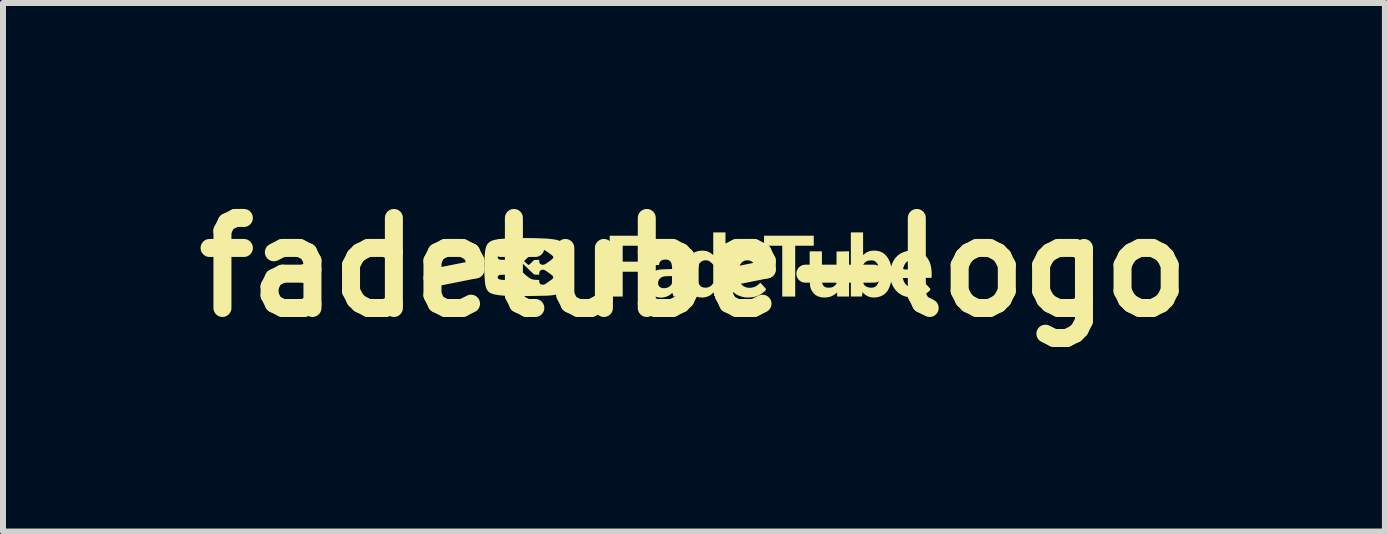
<source format=kicad_pcb>
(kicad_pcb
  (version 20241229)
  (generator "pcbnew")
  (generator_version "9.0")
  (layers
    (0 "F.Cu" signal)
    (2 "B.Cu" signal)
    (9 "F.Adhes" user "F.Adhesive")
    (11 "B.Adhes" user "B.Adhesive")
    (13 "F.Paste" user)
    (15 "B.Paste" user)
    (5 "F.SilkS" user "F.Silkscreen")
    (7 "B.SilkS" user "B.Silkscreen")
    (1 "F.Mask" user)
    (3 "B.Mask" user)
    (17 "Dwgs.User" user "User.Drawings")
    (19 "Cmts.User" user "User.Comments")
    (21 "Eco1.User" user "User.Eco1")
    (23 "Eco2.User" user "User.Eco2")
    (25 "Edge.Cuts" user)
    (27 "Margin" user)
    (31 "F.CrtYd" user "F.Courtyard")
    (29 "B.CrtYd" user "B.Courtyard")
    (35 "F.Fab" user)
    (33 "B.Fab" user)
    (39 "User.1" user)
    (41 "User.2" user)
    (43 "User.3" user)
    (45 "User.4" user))
  (footprint "fadetube-logo"
    (layer "F.Cu")
    (at 8.514 1.404)
    (property "Reference" "fadetube-logo" (at 0 0 0) (layer "F.SilkS") (effects (font (size 1.5 1.5) (thickness 0.3))))
    (attr board_only exclude_from_pos_files exclude_from_bom)
    (fp_poly (pts (xy 1.997 -0.442) (xy 1.997 -0.359) (xy 1.843 -0.359) (xy 1.688 -0.359) (xy 1.688 0.065) (xy 1.688 0.488) (xy 1.58 0.488) (xy 1.472 0.488) (xy 1.472 0.065) (xy 1.472 -0.359) (xy 1.32 -0.359) (xy 1.169 -0.359) (xy 1.169 -0.442) (xy 1.169 -0.526) (xy 1.583 -0.526) (xy 1.997 -0.526)) (stroke (width 0) (type solid)) (fill yes) (layer "F.SilkS"))
    (fp_poly (pts (xy 2.585 0.111) (xy 2.585 0.488) (xy 2.486 0.488) (xy 2.387 0.488) (xy 2.387 0.454) (xy 2.387 0.42) (xy 2.351 0.448) (xy 2.327 0.465) (xy 2.3 0.479) (xy 2.28 0.488) (xy 2.239 0.498) (xy 2.193 0.503) (xy 2.148 0.503) (xy 2.121 0.5) (xy 2.069 0.486) (xy 2.025 0.462) (xy 1.989 0.429) (xy 1.963 0.389) (xy 1.955 0.374) (xy 1.949 0.359) (xy 1.944 0.344) (xy 1.939 0.328) (xy 1.936 0.308) (xy 1.934 0.285) (xy 1.932 0.256) (xy 1.93 0.221) (xy 1.93 0.178) (xy 1.929 0.126) (xy 1.929 0.064) (xy 1.929 0.011) (xy 1.929 -0.266) (xy 2.031 -0.266) (xy 2.133 -0.266) (xy 2.133 -0.001) (xy 2.133 0.063) (xy 2.133 0.116) (xy 2.133 0.159) (xy 2.134 0.193) (xy 2.134 0.22) (xy 2.135 0.24) (xy 2.137 0.255) (xy 2.138 0.267) (xy 2.14 0.275) (xy 2.143 0.282) (xy 2.146 0.289) (xy 2.147 0.291) (xy 2.164 0.315) (xy 2.187 0.331) (xy 2.218 0.339) (xy 2.241 0.34) (xy 2.28 0.338) (xy 2.311 0.33) (xy 2.336 0.315) (xy 2.35 0.303) (xy 2.374 0.278) (xy 2.376 0.008) (xy 2.377 -0.263) (xy 2.481 -0.264) (xy 2.585 -0.266)) (stroke (width 0) (type solid)) (fill yes) (layer "F.SilkS"))
    (fp_poly (pts (xy 0.526 -0.046) (xy 0.526 0.488) (xy 0.434 0.488) (xy 0.396 0.488) (xy 0.37 0.488) (xy 0.352 0.485) (xy 0.342 0.481) (xy 0.336 0.473) (xy 0.334 0.461) (xy 0.334 0.444) (xy 0.334 0.441) (xy 0.333 0.427) (xy 0.33 0.421) (xy 0.33 0.42) (xy 0.324 0.424) (xy 0.312 0.434) (xy 0.296 0.448) (xy 0.256 0.476) (xy 0.21 0.494) (xy 0.159 0.504) (xy 0.106 0.503) (xy 0.076 0.498) (xy 0.022 0.48) (xy -0.025 0.451) (xy -0.065 0.412) (xy -0.099 0.363) (xy -0.126 0.303) (xy -0.138 0.268) (xy -0.143 0.248) (xy -0.147 0.229) (xy -0.149 0.209) (xy -0.151 0.184) (xy -0.151 0.152) (xy -0.151 0.128) (xy 0.052 0.128) (xy 0.054 0.167) (xy 0.056 0.202) (xy 0.061 0.229) (xy 0.064 0.241) (xy 0.083 0.281) (xy 0.106 0.311) (xy 0.128 0.327) (xy 0.157 0.337) (xy 0.192 0.34) (xy 0.227 0.337) (xy 0.258 0.327) (xy 0.258 0.327) (xy 0.279 0.313) (xy 0.299 0.295) (xy 0.304 0.289) (xy 0.322 0.264) (xy 0.322 0.11) (xy 0.322 -0.043) (xy 0.292 -0.074) (xy 0.265 -0.097) (xy 0.24 -0.11) (xy 0.238 -0.111) (xy 0.195 -0.117) (xy 0.157 -0.112) (xy 0.123 -0.096) (xy 0.095 -0.069) (xy 0.073 -0.032) (xy 0.063 -0.007) (xy 0.058 0.018) (xy 0.055 0.05) (xy 0.053 0.088) (xy 0.052 0.128) (xy -0.151 0.128) (xy -0.151 0.111) (xy -0.15 0.055) (xy -0.147 0.008) (xy -0.141 -0.032) (xy -0.131 -0.068) (xy -0.118 -0.102) (xy -0.104 -0.13) (xy -0.071 -0.181) (xy -0.032 -0.221) (xy 0.014 -0.251) (xy 0.066 -0.269) (xy 0.123 -0.277) (xy 0.156 -0.277) (xy 0.204 -0.27) (xy 0.245 -0.257) (xy 0.282 -0.235) (xy 0.295 -0.225) (xy 0.322 -0.203) (xy 0.322 -0.392) (xy 0.322 -0.581) (xy 0.424 -0.581) (xy 0.526 -0.581)) (stroke (width 0) (type solid)) (fill yes) (layer "F.SilkS"))
    (fp_poly (pts (xy 0.953 -0.273) (xy 1.014 -0.259) (xy 1.067 -0.235) (xy 1.113 -0.2) (xy 1.151 -0.156) (xy 1.182 -0.103) (xy 1.196 -0.069) (xy 1.208 -0.027) (xy 1.217 0.022) (xy 1.222 0.074) (xy 1.223 0.124) (xy 1.223 0.133) (xy 1.221 0.176) (xy 0.981 0.178) (xy 0.742 0.179) (xy 0.746 0.196) (xy 0.762 0.243) (xy 0.788 0.282) (xy 0.821 0.312) (xy 0.86 0.332) (xy 0.906 0.342) (xy 0.956 0.341) (xy 0.963 0.34) (xy 1.007 0.329) (xy 1.044 0.311) (xy 1.08 0.283) (xy 1.08 0.283) (xy 1.107 0.258) (xy 1.152 0.306) (xy 1.171 0.327) (xy 1.186 0.344) (xy 1.197 0.357) (xy 1.201 0.362) (xy 1.2 0.372) (xy 1.191 0.387) (xy 1.173 0.405) (xy 1.15 0.424) (xy 1.123 0.443) (xy 1.093 0.46) (xy 1.063 0.475) (xy 1.039 0.485) (xy 0.993 0.496) (xy 0.942 0.503) (xy 0.89 0.504) (xy 0.844 0.501) (xy 0.777 0.484) (xy 0.716 0.458) (xy 0.663 0.422) (xy 0.618 0.378) (xy 0.582 0.324) (xy 0.555 0.263) (xy 0.546 0.235) (xy 0.54 0.2) (xy 0.537 0.158) (xy 0.536 0.111) (xy 0.538 0.064) (xy 0.543 0.022) (xy 0.748 0.022) (xy 0.752 0.029) (xy 0.762 0.034) (xy 0.779 0.036) (xy 0.805 0.037) (xy 0.841 0.037) (xy 0.885 0.037) (xy 1.022 0.037) (xy 1.018 0.003) (xy 1.009 -0.039) (xy 0.991 -0.072) (xy 0.964 -0.096) (xy 0.929 -0.111) (xy 0.9 -0.116) (xy 0.859 -0.114) (xy 0.825 -0.102) (xy 0.796 -0.08) (xy 0.773 -0.047) (xy 0.76 -0.019) (xy 0.753 -0.001) (xy 0.749 0.012) (xy 0.748 0.022) (xy 0.543 0.022) (xy 0.543 0.02) (xy 0.549 -0.013) (xy 0.572 -0.078) (xy 0.604 -0.135) (xy 0.644 -0.183) (xy 0.691 -0.222) (xy 0.745 -0.251) (xy 0.805 -0.27) (xy 0.871 -0.278) (xy 0.885 -0.278)) (stroke (width 0) (type solid)) (fill yes) (layer "F.SilkS"))
    (fp_poly (pts (xy -0.736 -0.442) (xy -0.736 -0.359) (xy -0.961 -0.359) (xy -1.187 -0.359) (xy -1.187 -0.226) (xy -1.187 -0.093) (xy -0.987 -0.093) (xy -0.929 -0.093) (xy -0.882 -0.092) (xy -0.846 -0.092) (xy -0.819 -0.091) (xy -0.8 -0.089) (xy -0.789 -0.088) (xy -0.784 -0.086) (xy -0.783 -0.085) (xy -0.78 -0.083) (xy -0.78 -0.088) (xy -0.775 -0.106) (xy -0.764 -0.128) (xy -0.749 -0.153) (xy -0.732 -0.176) (xy -0.721 -0.188) (xy -0.678 -0.221) (xy -0.628 -0.247) (xy -0.572 -0.265) (xy -0.513 -0.276) (xy -0.451 -0.278) (xy -0.391 -0.273) (xy -0.334 -0.259) (xy -0.292 -0.242) (xy -0.256 -0.218) (xy -0.222 -0.186) (xy -0.194 -0.149) (xy -0.178 -0.119) (xy -0.175 -0.11) (xy -0.172 -0.1) (xy -0.17 -0.09) (xy -0.168 -0.076) (xy -0.166 -0.059) (xy -0.165 -0.037) (xy -0.164 -0.008) (xy -0.163 0.029) (xy -0.162 0.075) (xy -0.161 0.131) (xy -0.161 0.161) (xy -0.16 0.223) (xy -0.159 0.273) (xy -0.158 0.314) (xy -0.157 0.347) (xy -0.156 0.373) (xy -0.154 0.393) (xy -0.152 0.408) (xy -0.15 0.42) (xy -0.148 0.431) (xy -0.144 0.441) (xy -0.143 0.443) (xy -0.136 0.464) (xy -0.132 0.479) (xy -0.13 0.485) (xy -0.136 0.486) (xy -0.152 0.487) (xy -0.176 0.488) (xy -0.207 0.488) (xy -0.234 0.488) (xy -0.339 0.488) (xy -0.346 0.465) (xy -0.352 0.448) (xy -0.356 0.435) (xy -0.356 0.433) (xy -0.361 0.43) (xy -0.37 0.435) (xy -0.379 0.444) (xy -0.41 0.467) (xy -0.449 0.486) (xy -0.49 0.499) (xy -0.498 0.5) (xy -0.528 0.505) (xy -0.553 0.506) (xy -0.58 0.504) (xy -0.611 0.498) (xy -0.666 0.48) (xy -0.712 0.455) (xy -0.749 0.421) (xy -0.778 0.378) (xy -0.78 0.372) (xy -0.79 0.352) (xy -0.796 0.334) (xy -0.799 0.317) (xy -0.8 0.294) (xy -0.801 0.272) (xy -0.801 0.269) (xy -0.598 0.269) (xy -0.592 0.298) (xy -0.579 0.319) (xy -0.556 0.337) (xy -0.525 0.347) (xy -0.49 0.349) (xy -0.454 0.343) (xy -0.428 0.333) (xy -0.407 0.32) (xy -0.387 0.302) (xy -0.383 0.298) (xy -0.375 0.287) (xy -0.37 0.277) (xy -0.367 0.265) (xy -0.365 0.248) (xy -0.365 0.223) (xy -0.365 0.212) (xy -0.365 0.148) (xy -0.428 0.148) (xy -0.469 0.149) (xy -0.5 0.153) (xy -0.524 0.159) (xy -0.544 0.169) (xy -0.562 0.183) (xy -0.583 0.208) (xy -0.595 0.238) (xy -0.598 0.269) (xy -0.801 0.269) (xy -0.8 0.242) (xy -0.798 0.22) (xy -0.794 0.202) (xy -0.787 0.183) (xy -0.784 0.178) (xy -0.757 0.135) (xy -0.72 0.099) (xy -0.673 0.07) (xy -0.616 0.048) (xy -0.608 0.046) (xy -0.581 0.04) (xy -0.541 0.036) (xy -0.491 0.033) (xy -0.468 0.033) (xy -0.363 0.029) (xy -0.366 -0.015) (xy -0.372 -0.056) (xy -0.385 -0.088) (xy -0.406 -0.11) (xy -0.434 -0.124) (xy -0.464 -0.129) (xy -0.503 -0.127) (xy -0.536 -0.117) (xy -0.56 -0.098) (xy -0.575 -0.072) (xy -0.579 -0.059) (xy -0.583 -0.037) (xy -0.684 -0.037) (xy -0.785 -0.037) (xy -0.785 0.019) (xy -0.785 0.074) (xy -0.986 0.074) (xy -1.187 0.074) (xy -1.187 0.281) (xy -1.187 0.488) (xy -1.295 0.488) (xy -1.404 0.488) (xy -1.404 -0.019) (xy -1.404 -0.526) (xy -1.07 -0.526) (xy -0.736 -0.526)) (stroke (width 0) (type solid)) (fill yes) (layer "F.SilkS"))
    (fp_poly (pts (xy 2.819 -0.392) (xy 2.819 -0.203) (xy 2.842 -0.223) (xy 2.861 -0.237) (xy 2.885 -0.252) (xy 2.9 -0.259) (xy 2.941 -0.272) (xy 2.989 -0.278) (xy 3.039 -0.276) (xy 3.088 -0.267) (xy 3.132 -0.25) (xy 3.144 -0.244) (xy 3.181 -0.216) (xy 3.215 -0.179) (xy 3.244 -0.135) (xy 3.267 -0.087) (xy 3.279 -0.046) (xy 3.287 -0.011) (xy 3.295 -0.038) (xy 3.319 -0.097) (xy 3.352 -0.149) (xy 3.394 -0.194) (xy 3.444 -0.23) (xy 3.5 -0.256) (xy 3.561 -0.273) (xy 3.624 -0.278) (xy 3.692 -0.273) (xy 3.753 -0.259) (xy 3.806 -0.235) (xy 3.852 -0.2) (xy 3.89 -0.156) (xy 3.921 -0.103) (xy 3.935 -0.069) (xy 3.947 -0.027) (xy 3.956 0.022) (xy 3.961 0.074) (xy 3.963 0.124) (xy 3.962 0.133) (xy 3.96 0.176) (xy 3.721 0.178) (xy 3.481 0.179) (xy 3.485 0.196) (xy 3.501 0.243) (xy 3.527 0.282) (xy 3.56 0.312) (xy 3.599 0.332) (xy 3.645 0.342) (xy 3.695 0.341) (xy 3.702 0.34) (xy 3.746 0.329) (xy 3.783 0.311) (xy 3.819 0.283) (xy 3.819 0.283) (xy 3.846 0.258) (xy 3.891 0.306) (xy 3.91 0.327) (xy 3.926 0.344) (xy 3.936 0.357) (xy 3.94 0.362) (xy 3.94 0.372) (xy 3.93 0.387) (xy 3.913 0.405) (xy 3.889 0.424) (xy 3.861 0.443) (xy 3.831 0.461) (xy 3.8 0.476) (xy 3.775 0.486) (xy 3.75 0.494) (xy 3.728 0.499) (xy 3.704 0.502) (xy 3.675 0.503) (xy 3.654 0.503) (xy 3.6 0.501) (xy 3.553 0.494) (xy 3.509 0.482) (xy 3.465 0.464) (xy 3.464 0.463) (xy 3.416 0.433) (xy 3.372 0.394) (xy 3.335 0.347) (xy 3.307 0.296) (xy 3.298 0.274) (xy 3.287 0.242) (xy 3.274 0.286) (xy 3.253 0.344) (xy 3.228 0.392) (xy 3.196 0.43) (xy 3.162 0.458) (xy 3.119 0.481) (xy 3.07 0.496) (xy 3.017 0.504) (xy 2.965 0.503) (xy 2.951 0.5) (xy 2.905 0.487) (xy 2.863 0.464) (xy 2.832 0.439) (xy 2.807 0.414) (xy 2.807 0.432) (xy 2.806 0.452) (xy 2.803 0.469) (xy 2.799 0.488) (xy 2.707 0.488) (xy 2.615 0.488) (xy 2.615 -0.04) (xy 2.819 -0.04) (xy 2.819 0.11) (xy 2.82 0.16) (xy 2.82 0.2) (xy 2.821 0.23) (xy 2.823 0.253) (xy 2.826 0.27) (xy 2.831 0.282) (xy 2.837 0.293) (xy 2.846 0.302) (xy 2.851 0.307) (xy 2.878 0.325) (xy 2.912 0.336) (xy 2.949 0.341) (xy 2.985 0.338) (xy 3.017 0.328) (xy 3.02 0.326) (xy 3.046 0.304) (xy 3.066 0.272) (xy 3.08 0.228) (xy 3.089 0.174) (xy 3.091 0.111) (xy 3.088 0.048) (xy 3.084 0.022) (xy 3.487 0.022) (xy 3.491 0.029) (xy 3.501 0.034) (xy 3.518 0.036) (xy 3.544 0.037) (xy 3.58 0.037) (xy 3.624 0.037) (xy 3.761 0.037) (xy 3.757 0.003) (xy 3.748 -0.039) (xy 3.73 -0.072) (xy 3.703 -0.096) (xy 3.668 -0.111) (xy 3.639 -0.116) (xy 3.598 -0.114) (xy 3.564 -0.102) (xy 3.535 -0.08) (xy 3.512 -0.047) (xy 3.499 -0.019) (xy 3.492 -0.001) (xy 3.488 0.012) (xy 3.487 0.022) (xy 3.084 0.022) (xy 3.079 -0.005) (xy 3.063 -0.048) (xy 3.041 -0.081) (xy 3.021 -0.097) (xy 3.007 -0.106) (xy 2.993 -0.112) (xy 2.975 -0.114) (xy 2.95 -0.114) (xy 2.908 -0.111) (xy 2.875 -0.099) (xy 2.848 -0.078) (xy 2.835 -0.062) (xy 2.819 -0.04) (xy 2.615 -0.04) (xy 2.615 -0.046) (xy 2.615 -0.581) (xy 2.717 -0.581) (xy 2.819 -0.581)) (stroke (width 0) (type solid)) (fill yes) (layer "F.SilkS"))
    (fp_poly (pts (xy -2.708 -0.486) (xy -2.628 -0.485) (xy -2.55 -0.482) (xy -2.477 -0.479) (xy -2.41 -0.474) (xy -2.363 -0.469) (xy -2.304 -0.46) (xy -2.256 -0.448) (xy -2.218 -0.43) (xy -2.189 -0.408) (xy -2.168 -0.38) (xy -2.162 -0.37) (xy -2.153 -0.35) (xy -2.145 -0.329) (xy -2.139 -0.308) (xy -2.134 -0.283) (xy -2.13 -0.255) (xy -2.128 -0.221) (xy -2.126 -0.18) (xy -2.125 -0.131) (xy -2.124 -0.072) (xy -2.124 -0.002) (xy -2.124 0) (xy -2.124 0.062) (xy -2.124 0.112) (xy -2.125 0.154) (xy -2.125 0.187) (xy -2.127 0.214) (xy -2.128 0.235) (xy -2.13 0.253) (xy -2.132 0.269) (xy -2.135 0.284) (xy -2.135 0.284) (xy -2.147 0.329) (xy -2.161 0.365) (xy -2.179 0.394) (xy -2.203 0.417) (xy -2.233 0.435) (xy -2.271 0.449) (xy -2.318 0.46) (xy -2.376 0.468) (xy -2.396 0.47) (xy -2.414 0.471) (xy -2.443 0.473) (xy -2.481 0.474) (xy -2.527 0.475) (xy -2.579 0.476) (xy -2.636 0.477) (xy -2.695 0.478) (xy -2.756 0.479) (xy -2.817 0.479) (xy -2.876 0.48) (xy -2.931 0.48) (xy -2.982 0.48) (xy -3.026 0.48) (xy -3.062 0.48) (xy -3.088 0.479) (xy -3.098 0.478) (xy -3.171 0.473) (xy -3.232 0.467) (xy -3.284 0.46) (xy -3.327 0.452) (xy -3.361 0.442) (xy -3.389 0.431) (xy -3.412 0.417) (xy -3.43 0.4) (xy -3.444 0.38) (xy -3.453 0.365) (xy -3.463 0.343) (xy -3.47 0.318) (xy -3.477 0.288) (xy -3.482 0.251) (xy -3.486 0.204) (xy -3.487 0.183) (xy -3.488 0.175) (xy -3.27 0.175) (xy -3.259 0.191) (xy -3.251 0.198) (xy -3.233 0.204) (xy -3.206 0.209) (xy -3.172 0.211) (xy -3.135 0.211) (xy -3.097 0.209) (xy -3.062 0.205) (xy -3.032 0.199) (xy -3.027 0.198) (xy -3.005 0.19) (xy -2.986 0.18) (xy -2.967 0.166) (xy -2.943 0.145) (xy -2.942 0.144) (xy -2.898 0.102) (xy -2.934 0.069) (xy -2.952 0.054) (xy -2.966 0.043) (xy -2.974 0.039) (xy -2.975 0.039) (xy -2.981 0.043) (xy -2.995 0.054) (xy -3.013 0.07) (xy -3.025 0.08) (xy -3.069 0.121) (xy -3.157 0.124) (xy -3.193 0.125) (xy -3.218 0.127) (xy -3.236 0.129) (xy -3.247 0.132) (xy -3.255 0.136) (xy -3.258 0.139) (xy -3.27 0.156) (xy -3.27 0.175) (xy -3.488 0.175) (xy -3.491 0.119) (xy -3.493 0.053) (xy -3.493 -0.015) (xy -3.492 -0.081) (xy -3.49 -0.144) (xy -3.488 -0.165) (xy -3.271 -0.165) (xy -3.264 -0.147) (xy -3.255 -0.136) (xy -3.246 -0.131) (xy -3.237 -0.127) (xy -3.223 -0.125) (xy -3.202 -0.124) (xy -3.172 -0.124) (xy -3.162 -0.124) (xy -3.131 -0.123) (xy -3.104 -0.122) (xy -3.083 -0.12) (xy -3.072 -0.118) (xy -3.064 -0.113) (xy -3.049 -0.099) (xy -3.026 -0.08) (xy -2.999 -0.055) (xy -2.968 -0.026) (xy -2.933 0.007) (xy -2.912 0.027) (xy -2.866 0.071) (xy -2.827 0.108) (xy -2.795 0.137) (xy -2.768 0.159) (xy -2.744 0.177) (xy -2.723 0.189) (xy -2.704 0.198) (xy -2.684 0.204) (xy -2.663 0.207) (xy -2.64 0.209) (xy -2.633 0.209) (xy -2.578 0.212) (xy -2.578 0.236) (xy -2.573 0.262) (xy -2.559 0.28) (xy -2.536 0.289) (xy -2.523 0.291) (xy -2.503 0.289) (xy -2.487 0.285) (xy -2.484 0.284) (xy -2.474 0.277) (xy -2.457 0.266) (xy -2.434 0.25) (xy -2.409 0.232) (xy -2.407 0.23) (xy -2.38 0.211) (xy -2.362 0.197) (xy -2.352 0.187) (xy -2.346 0.179) (xy -2.344 0.171) (xy -2.345 0.165) (xy -2.347 0.156) (xy -2.352 0.146) (xy -2.363 0.135) (xy -2.38 0.121) (xy -2.406 0.102) (xy -2.408 0.1) (xy -2.442 0.076) (xy -2.468 0.058) (xy -2.488 0.047) (xy -2.505 0.041) (xy -2.519 0.04) (xy -2.532 0.042) (xy -2.536 0.043) (xy -2.56 0.055) (xy -2.574 0.074) (xy -2.578 0.101) (xy -2.578 0.125) (xy -2.621 0.123) (xy -2.664 0.12) (xy -2.754 0.034) (xy -2.805 -0.015) (xy -2.848 -0.056) (xy -2.884 -0.09) (xy -2.899 -0.103) (xy -2.831 -0.103) (xy -2.796 -0.07) (xy -2.779 -0.055) (xy -2.764 -0.043) (xy -2.756 -0.038) (xy -2.755 -0.037) (xy -2.748 -0.041) (xy -2.735 -0.052) (xy -2.718 -0.068) (xy -2.707 -0.079) (xy -2.665 -0.12) (xy -2.622 -0.123) (xy -2.578 -0.125) (xy -2.578 -0.102) (xy -2.575 -0.076) (xy -2.564 -0.058) (xy -2.544 -0.046) (xy -2.527 -0.041) (xy -2.51 -0.041) (xy -2.491 -0.047) (xy -2.467 -0.059) (xy -2.438 -0.079) (xy -2.41 -0.099) (xy -2.378 -0.123) (xy -2.356 -0.142) (xy -2.345 -0.157) (xy -2.343 -0.171) (xy -2.351 -0.185) (xy -2.369 -0.202) (xy -2.397 -0.223) (xy -2.407 -0.231) (xy -2.438 -0.253) (xy -2.461 -0.269) (xy -2.478 -0.279) (xy -2.491 -0.286) (xy -2.502 -0.289) (xy -2.513 -0.29) (xy -2.523 -0.291) (xy -2.549 -0.286) (xy -2.567 -0.271) (xy -2.577 -0.249) (xy -2.578 -0.235) (xy -2.578 -0.21) (xy -2.617 -0.21) (xy -2.655 -0.208) (xy -2.692 -0.2) (xy -2.725 -0.19) (xy -2.748 -0.178) (xy -2.762 -0.167) (xy -2.781 -0.151) (xy -2.799 -0.134) (xy -2.831 -0.103) (xy -2.899 -0.103) (xy -2.914 -0.117) (xy -2.938 -0.139) (xy -2.957 -0.156) (xy -2.973 -0.169) (xy -2.986 -0.178) (xy -2.997 -0.185) (xy -3.006 -0.19) (xy -3.016 -0.194) (xy -3.026 -0.197) (xy -3.028 -0.198) (xy -3.056 -0.204) (xy -3.09 -0.209) (xy -3.127 -0.211) (xy -3.164 -0.211) (xy -3.199 -0.209) (xy -3.228 -0.205) (xy -3.248 -0.199) (xy -3.251 -0.198) (xy -3.267 -0.183) (xy -3.271 -0.165) (xy -3.488 -0.165) (xy -3.486 -0.203) (xy -3.481 -0.254) (xy -3.475 -0.295) (xy -3.472 -0.312) (xy -3.457 -0.358) (xy -3.435 -0.394) (xy -3.405 -0.422) (xy -3.366 -0.443) (xy -3.319 -0.457) (xy -3.28 -0.464) (xy -3.23 -0.47) (xy -3.171 -0.475) (xy -3.104 -0.479) (xy -3.031 -0.483) (xy -2.954 -0.485) (xy -2.873 -0.487) (xy -2.791 -0.487)) (stroke (width 0) (type solid)) (fill yes) (layer "F.SilkS")))
  (gr_rect
    (start -3 -3)
    (end 20.029 5.808)
    (stroke (width 0.1) (type default))
    (fill no)
    (layer "Edge.Cuts")))
</source>
